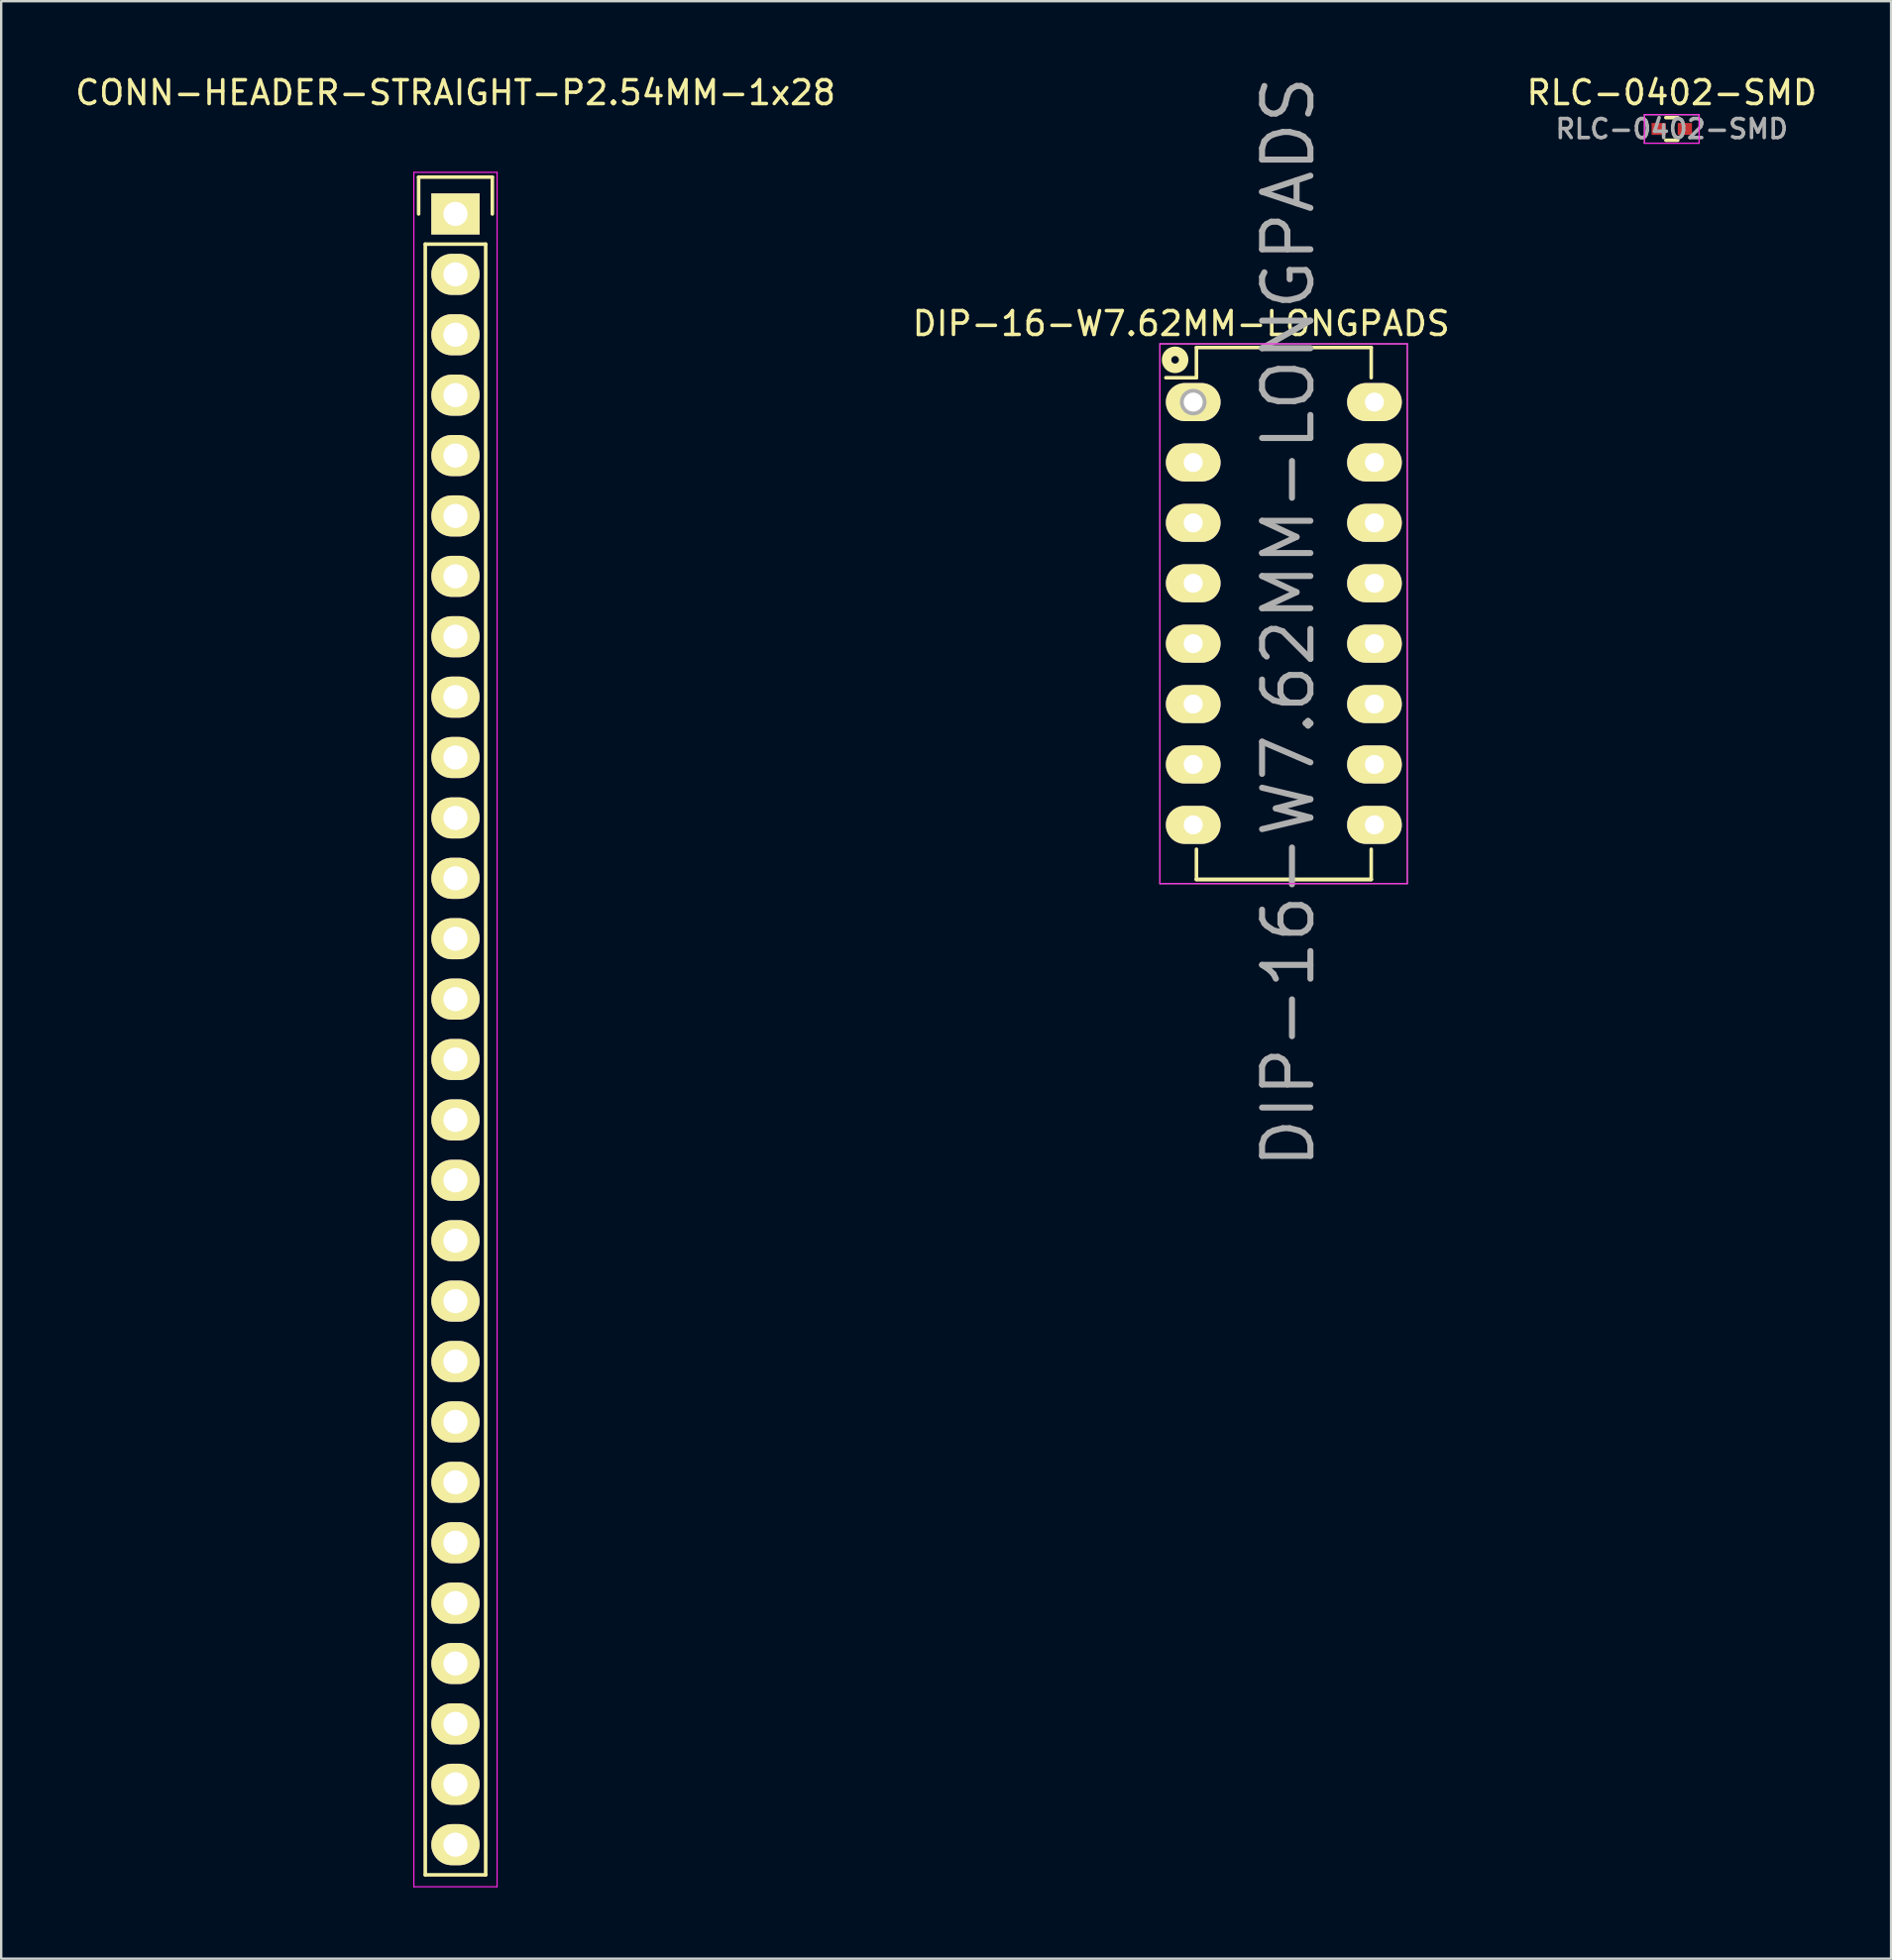
<source format=kicad_pcb>
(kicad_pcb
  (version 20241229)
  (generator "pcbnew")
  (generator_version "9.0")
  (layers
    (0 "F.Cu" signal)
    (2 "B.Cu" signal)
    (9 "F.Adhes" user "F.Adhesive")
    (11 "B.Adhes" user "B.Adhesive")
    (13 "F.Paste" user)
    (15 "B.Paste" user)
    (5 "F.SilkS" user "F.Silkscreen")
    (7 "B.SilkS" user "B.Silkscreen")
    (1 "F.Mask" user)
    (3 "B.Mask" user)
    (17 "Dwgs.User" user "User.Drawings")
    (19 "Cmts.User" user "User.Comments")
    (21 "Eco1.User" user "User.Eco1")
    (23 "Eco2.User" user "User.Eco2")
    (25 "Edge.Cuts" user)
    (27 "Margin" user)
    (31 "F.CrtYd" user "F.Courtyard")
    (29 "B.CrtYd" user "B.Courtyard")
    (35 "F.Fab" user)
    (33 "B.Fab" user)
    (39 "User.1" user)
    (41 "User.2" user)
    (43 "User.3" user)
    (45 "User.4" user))
  (footprint "DIP-16-W7.62MM-LONGPADS"
    (layer "F.Cu")
    (at 47.121 13.86)
    (property "Reference" "DIP-16-W7.62MM-LONGPADS" (at 4 9.25 90) (layer "F.Fab") (effects (font (size 2.032 2.032) (thickness 0.254))))
    (attr through_hole)
    (fp_line (start 0.135 -2.295) (end 0.135 -1.025) (stroke (width 0.15) (type solid)) (layer "F.SilkS"))
    (fp_line (start 0.135 -2.295) (end 7.485 -2.295) (stroke (width 0.15) (type solid)) (layer "F.SilkS"))
    (fp_line (start 0.135 -1.025) (end -1.15 -1.025) (stroke (width 0.15) (type solid)) (layer "F.SilkS"))
    (fp_line (start 0.135 20.075) (end 0.135 18.805) (stroke (width 0.15) (type solid)) (layer "F.SilkS"))
    (fp_line (start 0.135 20.075) (end 7.485 20.075) (stroke (width 0.15) (type solid)) (layer "F.SilkS"))
    (fp_line (start 0.135 20.075) (end 7.485 20.075) (stroke (width 0.15) (type solid)) (layer "F.SilkS"))
    (fp_line (start 7.485 -2.295) (end 7.485 -1.025) (stroke (width 0.15) (type solid)) (layer "F.SilkS"))
    (fp_line (start 7.485 20.075) (end 7.485 18.805) (stroke (width 0.15) (type solid)) (layer "F.SilkS"))
    (fp_circle (center -0.762 -1.778) (end -0.508 -1.524) (stroke (width 0.4) (type solid)) (fill no) (layer "F.SilkS"))
    (fp_line (start -1.4 -2.45) (end -1.4 20.25) (stroke (width 0.05) (type solid)) (layer "F.CrtYd"))
    (fp_line (start -1.4 -2.45) (end 9 -2.45) (stroke (width 0.05) (type solid)) (layer "F.CrtYd"))
    (fp_line (start -1.4 20.25) (end 9 20.25) (stroke (width 0.05) (type solid)) (layer "F.CrtYd"))
    (fp_line (start 9 -2.45) (end 9 20.25) (stroke (width 0.05) (type solid)) (layer "F.CrtYd"))
    (fp_line (start -1.4 -2.45) (end -1.4 20.25) (stroke (width 0.05) (type solid)) (layer "F.Fab"))
    (fp_line (start -1.4 -2.45) (end 9 -2.45) (stroke (width 0.05) (type solid)) (layer "F.Fab"))
    (fp_line (start -1.4 20.25) (end 9 20.25) (stroke (width 0.05) (type solid)) (layer "F.Fab"))
    (fp_line (start 9 -2.45) (end 9 20.25) (stroke (width 0.05) (type solid)) (layer "F.Fab"))
    (fp_circle (center 0 0) (end 0.254 0.254) (stroke (width 0.4) (type solid)) (fill no) (layer "F.Fab"))
    (fp_text user "${REFERENCE}" (at -0.508 -3.302 0) (layer "F.SilkS") (effects (font (size 1 1) (thickness 0.15))))
    (pad "1" thru_hole oval (at 0 0) (size 2.3 1.6) (drill 0.8) (layers "*.Cu" "*.Mask" "F.SilkS"))
    (pad "2" thru_hole oval (at 0 2.54) (size 2.3 1.6) (drill 0.8) (layers "*.Cu" "*.Mask" "F.SilkS"))
    (pad "3" thru_hole oval (at 0 5.08) (size 2.3 1.6) (drill 0.8) (layers "*.Cu" "*.Mask" "F.SilkS"))
    (pad "4" thru_hole oval (at 0 7.62) (size 2.3 1.6) (drill 0.8) (layers "*.Cu" "*.Mask" "F.SilkS"))
    (pad "5" thru_hole oval (at 0 10.16) (size 2.3 1.6) (drill 0.8) (layers "*.Cu" "*.Mask" "F.SilkS"))
    (pad "6" thru_hole oval (at 0 12.7) (size 2.3 1.6) (drill 0.8) (layers "*.Cu" "*.Mask" "F.SilkS"))
    (pad "7" thru_hole oval (at 0 15.24) (size 2.3 1.6) (drill 0.8) (layers "*.Cu" "*.Mask" "F.SilkS"))
    (pad "8" thru_hole oval (at 0 17.78) (size 2.3 1.6) (drill 0.8) (layers "*.Cu" "*.Mask" "F.SilkS"))
    (pad "9" thru_hole oval (at 7.62 17.78) (size 2.3 1.6) (drill 0.8) (layers "*.Cu" "*.Mask" "F.SilkS"))
    (pad "10" thru_hole oval (at 7.62 15.24) (size 2.3 1.6) (drill 0.8) (layers "*.Cu" "*.Mask" "F.SilkS"))
    (pad "11" thru_hole oval (at 7.62 12.7) (size 2.3 1.6) (drill 0.8) (layers "*.Cu" "*.Mask" "F.SilkS"))
    (pad "12" thru_hole oval (at 7.62 10.16) (size 2.3 1.6) (drill 0.8) (layers "*.Cu" "*.Mask" "F.SilkS"))
    (pad "13" thru_hole oval (at 7.62 7.62) (size 2.3 1.6) (drill 0.8) (layers "*.Cu" "*.Mask" "F.SilkS"))
    (pad "14" thru_hole oval (at 7.62 5.08) (size 2.3 1.6) (drill 0.8) (layers "*.Cu" "*.Mask" "F.SilkS"))
    (pad "15" thru_hole oval (at 7.62 2.54) (size 2.3 1.6) (drill 0.8) (layers "*.Cu" "*.Mask" "F.SilkS"))
    (pad "16" thru_hole oval (at 7.62 0) (size 2.3 1.6) (drill 0.8) (layers "*.Cu" "*.Mask" "F.SilkS")))
  (footprint "RLC-0402-SMD"
    (layer "F.Cu")
    (at 67.244 2.372)
    (property "Reference" "RLC-0402-SMD" (at 0 0 0) (layer "F.Fab") (effects (font (size 0.8 0.8) (thickness 0.15))))
    (attr smd)
    (fp_line (start -0.25 0.475) (end 0.25 0.475) (stroke (width 0.15) (type solid)) (layer "F.SilkS"))
    (fp_line (start 0.25 -0.475) (end -0.25 -0.475) (stroke (width 0.15) (type solid)) (layer "F.SilkS"))
    (fp_line (start -1.15 -0.6) (end -1.15 0.6) (stroke (width 0.05) (type solid)) (layer "F.CrtYd"))
    (fp_line (start -1.15 -0.6) (end 1.15 -0.6) (stroke (width 0.05) (type solid)) (layer "F.CrtYd"))
    (fp_line (start -1.15 0.6) (end 1.15 0.6) (stroke (width 0.05) (type solid)) (layer "F.CrtYd"))
    (fp_line (start 1.15 -0.6) (end 1.15 0.6) (stroke (width 0.05) (type solid)) (layer "F.CrtYd"))
    (fp_line (start -1.15 -0.6) (end -1.15 0.6) (stroke (width 0.05) (type solid)) (layer "F.Fab"))
    (fp_line (start -1.15 -0.6) (end 1.15 -0.6) (stroke (width 0.05) (type solid)) (layer "F.Fab"))
    (fp_line (start -1.15 0.6) (end 1.15 0.6) (stroke (width 0.05) (type solid)) (layer "F.Fab"))
    (fp_line (start 1.15 -0.6) (end 1.15 0.6) (stroke (width 0.05) (type solid)) (layer "F.Fab"))
    (fp_text user "${REFERENCE}" (at 0 -1.524 0) (layer "F.SilkS") (effects (font (size 1 1) (thickness 0.15))))
    (pad "1" smd rect (at -0.55 0) (size 0.6 0.5) (layers "F.Cu" "F.Mask" "F.Paste"))
    (pad "2" smd rect (at 0.55 0) (size 0.6 0.5) (layers "F.Cu" "F.Mask" "F.Paste")))
  (footprint "CONN-HEADER-STRAIGHT-P2.54MM-1x28"
    (layer "F.Cu")
    (at 16.101 5.948)
    (property "Reference" "CONN-HEADER-STRAIGHT-P2.54MM-1x28" (at 0 -5.1 0) (layer "F.SilkS") (effects (font (size 1 1) (thickness 0.15))))
    (attr through_hole)
    (fp_line (start -1.55 -1.55) (end 1.55 -1.55) (stroke (width 0.15) (type solid)) (layer "F.SilkS"))
    (fp_line (start -1.55 0) (end -1.55 -1.55) (stroke (width 0.15) (type solid)) (layer "F.SilkS"))
    (fp_line (start -1.27 1.27) (end -1.27 69.85) (stroke (width 0.15) (type solid)) (layer "F.SilkS"))
    (fp_line (start -1.27 69.85) (end 1.27 69.85) (stroke (width 0.15) (type solid)) (layer "F.SilkS"))
    (fp_line (start 1.27 1.27) (end -1.27 1.27) (stroke (width 0.15) (type solid)) (layer "F.SilkS"))
    (fp_line (start 1.27 69.85) (end 1.27 1.27) (stroke (width 0.15) (type solid)) (layer "F.SilkS"))
    (fp_line (start 1.55 -1.55) (end 1.55 0) (stroke (width 0.15) (type solid)) (layer "F.SilkS"))
    (fp_line (start -1.75 -1.75) (end -1.75 70.35) (stroke (width 0.05) (type solid)) (layer "F.CrtYd"))
    (fp_line (start -1.75 -1.75) (end 1.75 -1.75) (stroke (width 0.05) (type solid)) (layer "F.CrtYd"))
    (fp_line (start -1.75 70.35) (end 1.75 70.35) (stroke (width 0.05) (type solid)) (layer "F.CrtYd"))
    (fp_line (start 1.75 -1.75) (end 1.75 70.35) (stroke (width 0.05) (type solid)) (layer "F.CrtYd"))
    (pad "1" thru_hole rect (at 0 0) (size 2.032 1.727) (drill 1.016) (layers "*.Cu" "*.Mask" "F.SilkS"))
    (pad "2" thru_hole oval (at 0 2.54) (size 2.032 1.727) (drill 1.016) (layers "*.Cu" "*.Mask" "F.SilkS"))
    (pad "3" thru_hole oval (at 0 5.08) (size 2.032 1.727) (drill 1.016) (layers "*.Cu" "*.Mask" "F.SilkS"))
    (pad "4" thru_hole oval (at 0 7.62) (size 2.032 1.727) (drill 1.016) (layers "*.Cu" "*.Mask" "F.SilkS"))
    (pad "5" thru_hole oval (at 0 10.16) (size 2.032 1.727) (drill 1.016) (layers "*.Cu" "*.Mask" "F.SilkS"))
    (pad "6" thru_hole oval (at 0 12.7) (size 2.032 1.727) (drill 1.016) (layers "*.Cu" "*.Mask" "F.SilkS"))
    (pad "7" thru_hole oval (at 0 15.24) (size 2.032 1.727) (drill 1.016) (layers "*.Cu" "*.Mask" "F.SilkS"))
    (pad "8" thru_hole oval (at 0 17.78) (size 2.032 1.727) (drill 1.016) (layers "*.Cu" "*.Mask" "F.SilkS"))
    (pad "9" thru_hole oval (at 0 20.32) (size 2.032 1.727) (drill 1.016) (layers "*.Cu" "*.Mask" "F.SilkS"))
    (pad "10" thru_hole oval (at 0 22.86) (size 2.032 1.727) (drill 1.016) (layers "*.Cu" "*.Mask" "F.SilkS"))
    (pad "11" thru_hole oval (at 0 25.4) (size 2.032 1.727) (drill 1.016) (layers "*.Cu" "*.Mask" "F.SilkS"))
    (pad "12" thru_hole oval (at 0 27.94) (size 2.032 1.727) (drill 1.016) (layers "*.Cu" "*.Mask" "F.SilkS"))
    (pad "13" thru_hole oval (at 0 30.48) (size 2.032 1.727) (drill 1.016) (layers "*.Cu" "*.Mask" "F.SilkS"))
    (pad "14" thru_hole oval (at 0 33.02) (size 2.032 1.727) (drill 1.016) (layers "*.Cu" "*.Mask" "F.SilkS"))
    (pad "15" thru_hole oval (at 0 35.56) (size 2.032 1.727) (drill 1.016) (layers "*.Cu" "*.Mask" "F.SilkS"))
    (pad "16" thru_hole oval (at 0 38.1) (size 2.032 1.727) (drill 1.016) (layers "*.Cu" "*.Mask" "F.SilkS"))
    (pad "17" thru_hole oval (at 0 40.64) (size 2.032 1.727) (drill 1.016) (layers "*.Cu" "*.Mask" "F.SilkS"))
    (pad "18" thru_hole oval (at 0 43.18) (size 2.032 1.727) (drill 1.016) (layers "*.Cu" "*.Mask" "F.SilkS"))
    (pad "19" thru_hole oval (at 0 45.72) (size 2.032 1.727) (drill 1.016) (layers "*.Cu" "*.Mask" "F.SilkS"))
    (pad "20" thru_hole oval (at 0 48.26) (size 2.032 1.727) (drill 1.016) (layers "*.Cu" "*.Mask" "F.SilkS"))
    (pad "21" thru_hole oval (at 0 50.8) (size 2.032 1.727) (drill 1.016) (layers "*.Cu" "*.Mask" "F.SilkS"))
    (pad "22" thru_hole oval (at 0 53.34) (size 2.032 1.727) (drill 1.016) (layers "*.Cu" "*.Mask" "F.SilkS"))
    (pad "23" thru_hole oval (at 0 55.88) (size 2.032 1.727) (drill 1.016) (layers "*.Cu" "*.Mask" "F.SilkS"))
    (pad "24" thru_hole oval (at 0 58.42) (size 2.032 1.727) (drill 1.016) (layers "*.Cu" "*.Mask" "F.SilkS"))
    (pad "25" thru_hole oval (at 0 60.96) (size 2.032 1.727) (drill 1.016) (layers "*.Cu" "*.Mask" "F.SilkS"))
    (pad "26" thru_hole oval (at 0 63.5) (size 2.032 1.727) (drill 1.016) (layers "*.Cu" "*.Mask" "F.SilkS"))
    (pad "27" thru_hole oval (at 0 66.04) (size 2.032 1.727) (drill 1.016) (layers "*.Cu" "*.Mask" "F.SilkS"))
    (pad "28" thru_hole oval (at 0 68.58) (size 2.032 1.727) (drill 1.016) (layers "*.Cu" "*.Mask" "F.SilkS")))
  (gr_rect
    (start -3 -3)
    (end 76.464 79.323)
    (stroke (width 0.1) (type default))
    (fill no)
    (layer "Edge.Cuts")))
</source>
